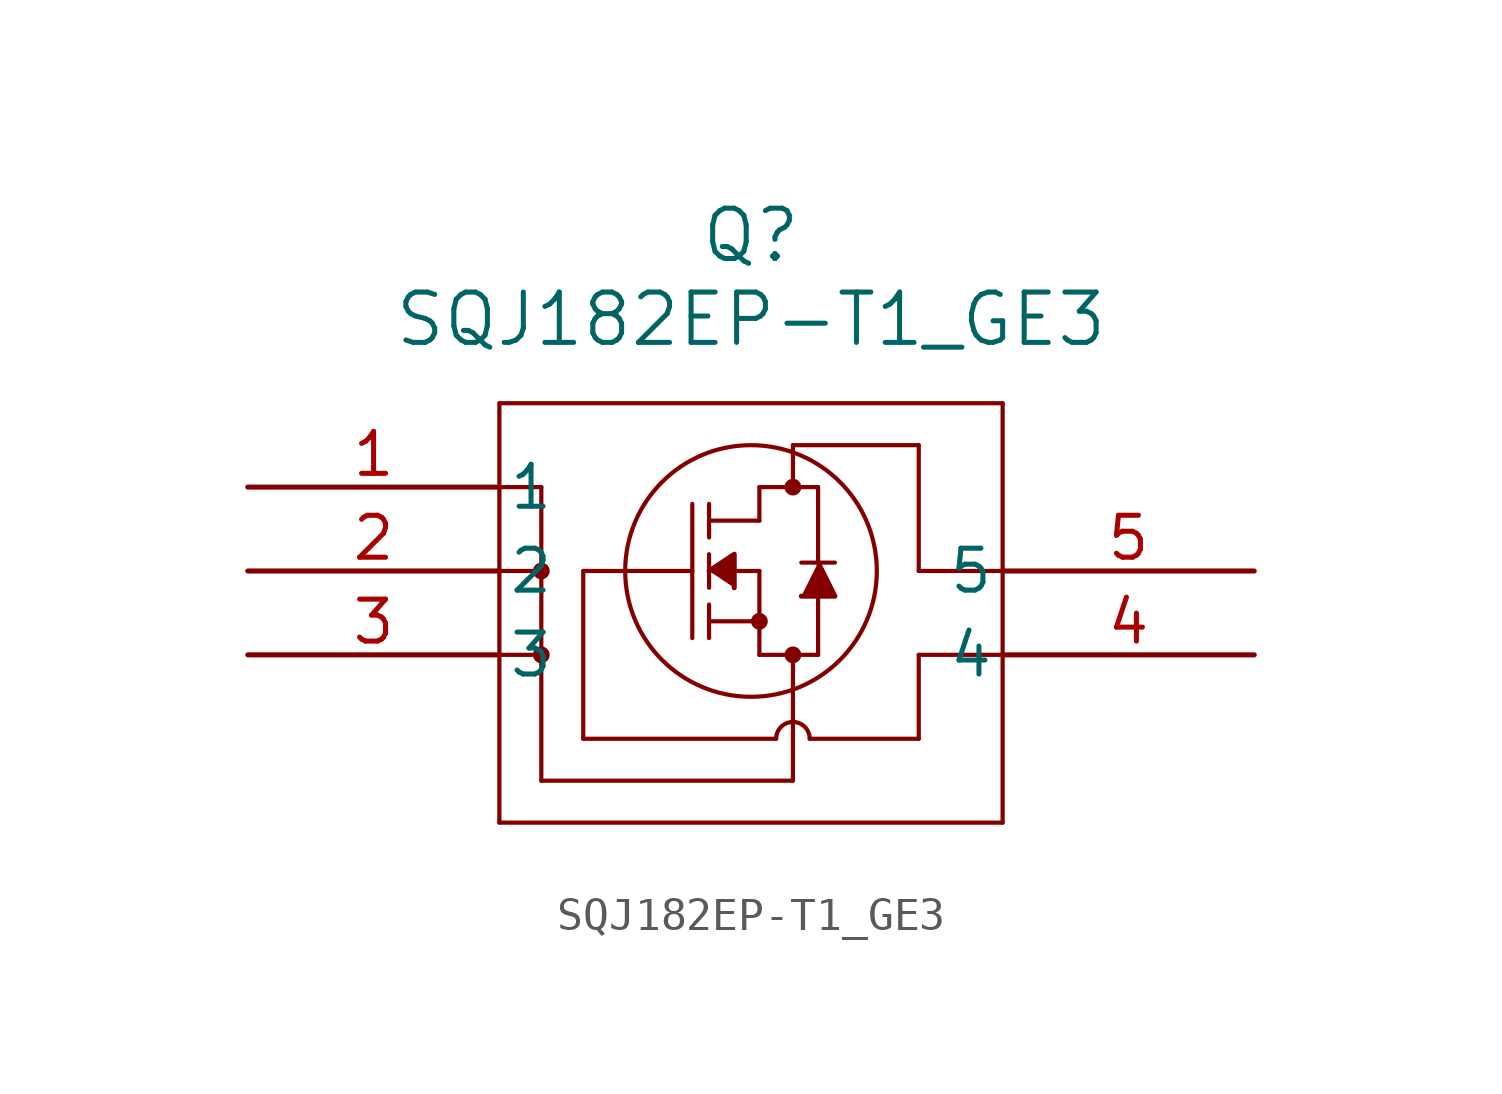
<source format=kicad_sym>
(kicad_symbol_lib
  (version 20211014)
  (generator kicad_symbol_editor)
  (symbol "SQJ182EP-T1_GE3"
    (pin_names
      (offset 0.254))
    (property "Reference" "Q"
      (at 15.24 7.62 0)
      (effects (font (size 1.524 1.524))))
    (property "Value" "SQJ182EP-T1_GE3"
      (at 15.24 5.08 0)
      (effects (font (size 1.524 1.524))))
    (symbol "SQJ182EP-T1_GE3_0_1"
      (polyline (pts (xy 7.62 2.54) (xy 7.62 -10.16)) (stroke (width 0.127) (type default) (color 0 0 0 0)) (fill (type none)))
      (polyline (pts (xy 7.62 -10.16) (xy 22.86 -10.16)) (stroke (width 0.127) (type default) (color 0 0 0 0)) (fill (type none)))
      (polyline (pts (xy 22.86 -10.16) (xy 22.86 2.54)) (stroke (width 0.127) (type default) (color 0 0 0 0)) (fill (type none)))
      (polyline (pts (xy 22.86 2.54) (xy 7.62 2.54)) (stroke (width 0.127) (type default) (color 0 0 0 0)) (fill (type none)))
      (circle (center 15.24 -2.54) (radius 3.81) (stroke (width 0.127) (type default) (color 0 0 0 0)) (fill (type none)))
      (polyline (pts (xy 13.462 -0.508) (xy 13.462 -4.572)) (stroke (width 0.127) (type default) (color 0 0 0 0)) (fill (type none)))
      (polyline (pts (xy 13.97 -0.508) (xy 13.97 -1.524)) (stroke (width 0.127) (type default) (color 0 0 0 0)) (fill (type none)))
      (polyline (pts (xy 13.97 -2.032) (xy 13.97 -3.048)) (stroke (width 0.127) (type default) (color 0 0 0 0)) (fill (type none)))
      (polyline (pts (xy 13.97 -3.556) (xy 13.97 -4.572)) (stroke (width 0.127) (type default) (color 0 0 0 0)) (fill (type none)))
      (polyline (pts (xy 15.494 -2.54) (xy 14.732 -2.54)) (stroke (width 0.127) (type default) (color 0 0 0 0)) (fill (type none)))
      (polyline (pts (xy 13.97 -4.064) (xy 15.494 -4.064)) (stroke (width 0.127) (type default) (color 0 0 0 0)) (fill (type none)))
      (polyline (pts (xy 15.494 -2.54) (xy 15.494 -5.08)) (stroke (width 0.127) (type default) (color 0 0 0 0)) (fill (type none)))
      (polyline (pts (xy 15.494 -5.08) (xy 17.272 -5.08)) (stroke (width 0.127) (type default) (color 0 0 0 0)) (fill (type none)))
      (polyline (pts (xy 17.272 -5.08) (xy 17.272 -3.302)) (stroke (width 0.127) (type default) (color 0 0 0 0)) (fill (type none)))
      (polyline (pts (xy 17.78 -2.286) (xy 16.764 -2.286)) (stroke (width 0.127) (type default) (color 0 0 0 0)) (fill (type none)))
      (polyline (pts (xy 13.97 -1.016) (xy 15.494 -1.016)) (stroke (width 0.127) (type default) (color 0 0 0 0)) (fill (type none)))
      (polyline (pts (xy 15.494 0) (xy 15.494 -1.016)) (stroke (width 0.127) (type default) (color 0 0 0 0)) (fill (type none)))
      (polyline (pts (xy 15.494 0) (xy 17.272 0)) (stroke (width 0.127) (type default) (color 0 0 0 0)) (fill (type none)))
      (polyline (pts (xy 17.272 0) (xy 17.272 -2.286)) (stroke (width 0.127) (type default) (color 0 0 0 0)) (fill (type none)))
      (circle (center 16.51 0) (radius 0.127) (stroke (width 0.254) (type default) (color 0 0 0 0)) (fill (type none)))
      (circle (center 15.494 -4.064) (radius 0.127) (stroke (width 0.254) (type default) (color 0 0 0 0)) (fill (type none)))
      (circle (center 16.51 -5.08) (radius 0.127) (stroke (width 0.254) (type default) (color 0 0 0 0)) (fill (type none)))
      (polyline (pts (xy 16.51 1.27) (xy 16.51 0)) (stroke (width 0.127) (type default) (color 0 0 0 0)) (fill (type none)))
      (polyline (pts (xy 16.51 1.27) (xy 20.32 1.27)) (stroke (width 0.127) (type default) (color 0 0 0 0)) (fill (type none)))
      (polyline (pts (xy 20.32 1.27) (xy 20.32 -2.54)) (stroke (width 0.127) (type default) (color 0 0 0 0)) (fill (type none)))
      (polyline (pts (xy 22.86 -2.54) (xy 20.32 -2.54)) (stroke (width 0.127) (type default) (color 0 0 0 0)) (fill (type none)))
      (polyline (pts (xy 22.86 -5.08) (xy 20.32 -5.08)) (stroke (width 0.127) (type default) (color 0 0 0 0)) (fill (type none)))
      (polyline (pts (xy 20.32 -5.08) (xy 20.32 -7.62)) (stroke (width 0.127) (type default) (color 0 0 0 0)) (fill (type none)))
      (polyline (pts (xy 16.002 -7.62) (xy 10.16 -7.62)) (stroke (width 0.127) (type default) (color 0 0 0 0)) (fill (type none)))
      (polyline (pts (xy 10.16 -7.62) (xy 10.16 -2.54)) (stroke (width 0.127) (type default) (color 0 0 0 0)) (fill (type none)))
      (polyline (pts (xy 13.462 -2.54) (xy 10.16 -2.54)) (stroke (width 0.127) (type default) (color 0 0 0 0)) (fill (type none)))
      (polyline (pts (xy 16.51 -8.89) (xy 16.51 -5.08)) (stroke (width 0.127) (type default) (color 0 0 0 0)) (fill (type none)))
      (polyline (pts (xy 17.018 -7.62) (xy 20.32 -7.62)) (stroke (width 0.127) (type default) (color 0 0 0 0)) (fill (type none)))
      (polyline (pts (xy 7.62 0) (xy 8.89 0)) (stroke (width 0.127) (type default) (color 0 0 0 0)) (fill (type none)))
      (polyline (pts (xy 7.62 -2.54) (xy 8.89 -2.54)) (stroke (width 0.127) (type default) (color 0 0 0 0)) (fill (type none)))
      (polyline (pts (xy 7.62 -5.08) (xy 8.89 -5.08)) (stroke (width 0.127) (type default) (color 0 0 0 0)) (fill (type none)))
      (polyline (pts (xy 8.89 0) (xy 8.89 -8.89)) (stroke (width 0.127) (type default) (color 0 0 0 0)) (fill (type none)))
      (polyline (pts (xy 8.89 -8.89) (xy 16.51 -8.89)) (stroke (width 0.127) (type default) (color 0 0 0 0)) (fill (type none)))
      (arc (start 17.018 -7.62) (mid 16.51 -7.112) (end 16.002 -7.62) (stroke (width 0.127) (type default) (color 0 0 0 0)) (fill (type none)))
      (polyline (pts (xy 17.272 -2.286) (xy 17.78 -3.302) (xy 16.764 -3.302)) (stroke (width 0) (type default) (color 0 0 0 0)) (fill (type outline)))
      (polyline (pts (xy 13.97 -2.54) (xy 14.732 -2.032) (xy 14.732 -3.048)) (stroke (width 0) (type default) (color 0 0 0 0)) (fill (type outline)))
      (circle (center 8.89 -2.54) (radius 0.127) (stroke (width 0.254) (type default) (color 0 0 0 0)) (fill (type none)))
      (circle (center 8.89 -5.08) (radius 0.127) (stroke (width 0.254) (type default) (color 0 0 0 0)) (fill (type none)))
      (pin unspecified line (at 0 0 0) (length 7.62) (name "1" (effects (font (size 1.27 1.27)))) (number "1" (effects (font (size 1.27 1.27)))))
      (pin unspecified line (at 0 -2.54 0) (length 7.62) (name "2" (effects (font (size 1.27 1.27)))) (number "2" (effects (font (size 1.27 1.27)))))
      (pin unspecified line (at 0 -5.08 0) (length 7.62) (name "3" (effects (font (size 1.27 1.27)))) (number "3" (effects (font (size 1.27 1.27)))))
      (pin unspecified line (at 30.48 -5.08 180) (length 7.62) (name "4" (effects (font (size 1.27 1.27)))) (number "4" (effects (font (size 1.27 1.27)))))
      (pin unspecified line (at 30.48 -2.54 180) (length 7.62) (name "5" (effects (font (size 1.27 1.27)))) (number "5" (effects (font (size 1.27 1.27))))))))
</source>
